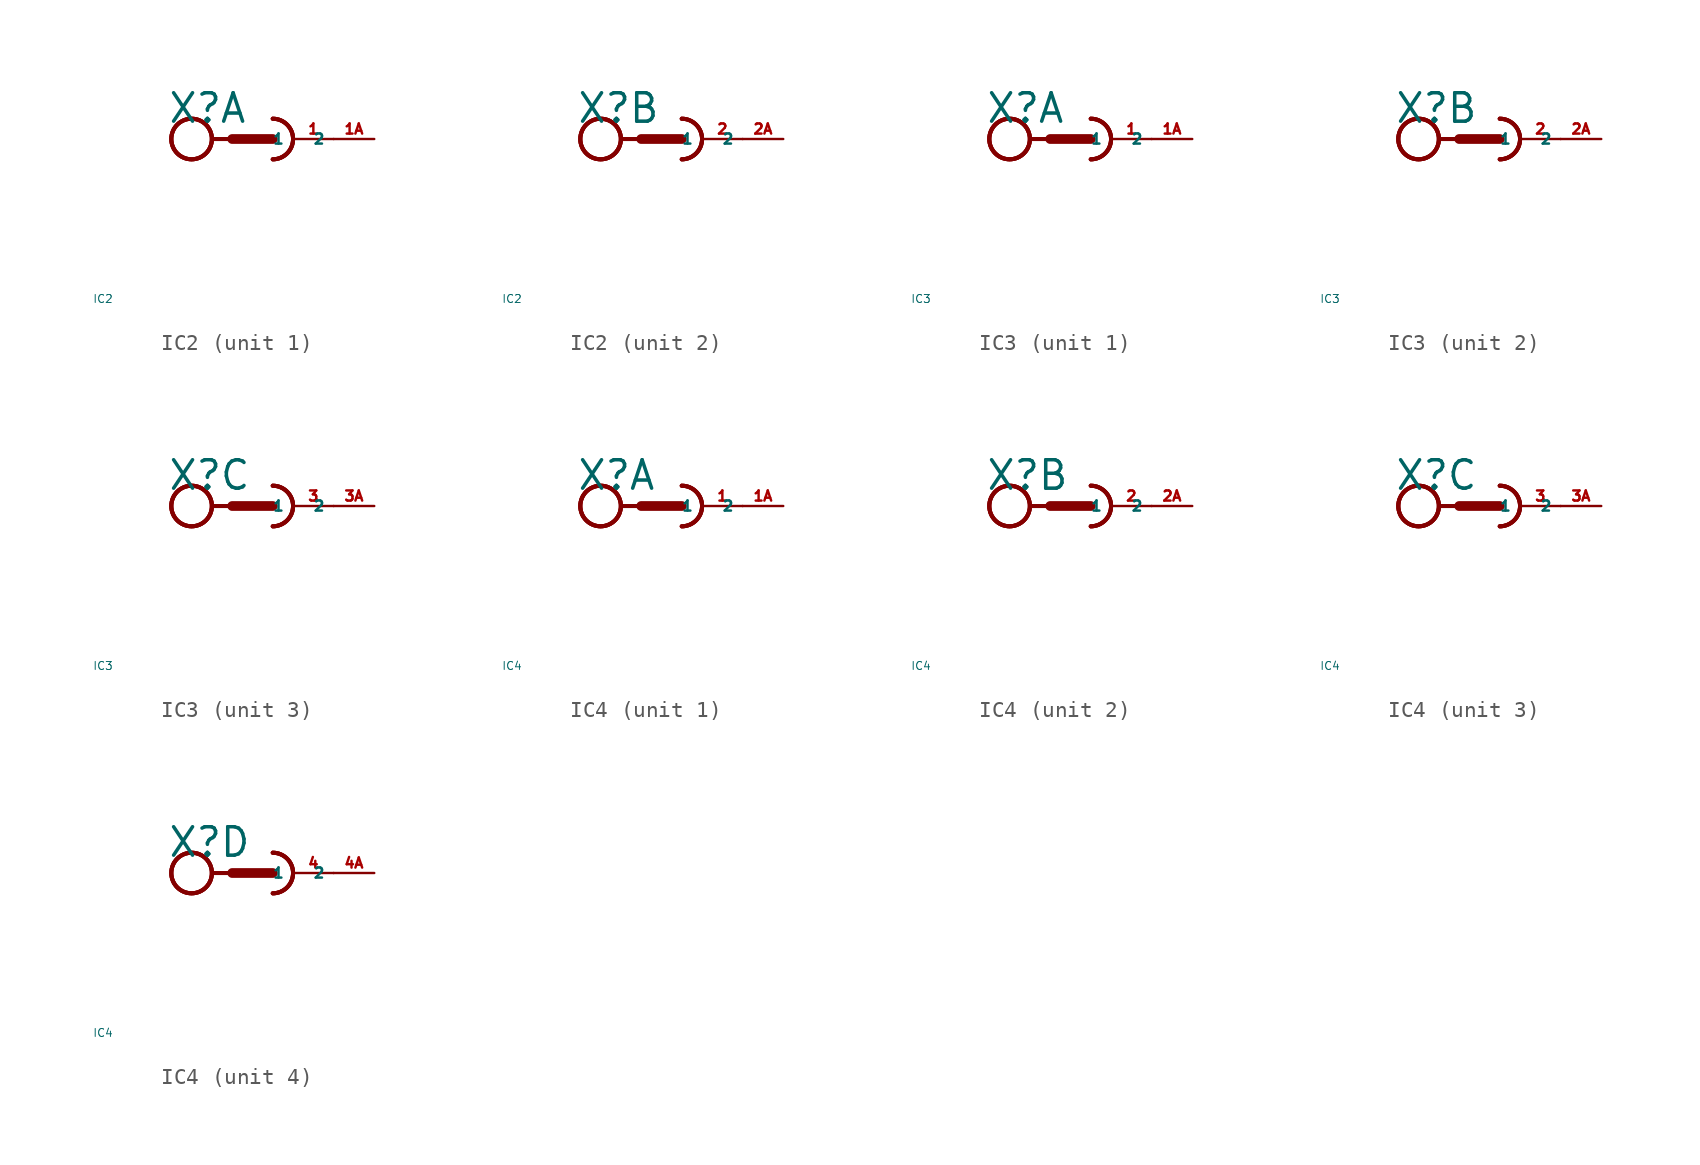
<source format=kicad_sym>
(kicad_symbol_lib
  (version 20220914)
  (generator Eagle2Kicad)
  (symbol "IC2"
    (property "Reference" "X"
      (at -5.334 0.889 0)
      (effects (font (size 1.778 1.778) (thickness 0.22)) (justify left bottom)))
    (property "Value" "IC2"
      (at -10 -10 0)
      (effects (font (size 0.5 0.5) (thickness 0.06)) (justify left)))
    (symbol "IC2_1_0"
      (arc (start 1.27 -1.27) (mid 2.540 0.000) (end 1.27 1.27) (stroke (width 0.254) (type default)) (fill (type none)))
      (arc (start 1.27 -1.27) (mid 2.540 0.000) (end 1.27 1.27) (stroke (width 0.254) (type default)) (fill (type none)))
      (polyline (pts (xy -2.54 0) (xy -1.27 0)) (stroke (width 0.254) (type default)) (fill (type none)))
      (polyline (pts (xy -1.27 0) (xy 1.27 0)) (stroke (width 0.61) (type default)) (fill (type none)))
      (arc (start 1.27 -1.27) (mid 2.540 0.000) (end 1.27 1.27) (stroke (width 0.254) (type default)) (fill (type none)))
      (circle (center -3.81 0) (radius 1.27) (stroke (width 0.254) (type default)) (fill (type none)))
      (circle (center -3.81 0) (radius 1.27) (stroke (width 0.254) (type default)) (fill (type none)))
      (circle (center -3.81 0) (radius 1.27) (stroke (width 0.254) (type default)) (fill (type none)))
      (pin passive line (at 5.08 0 180) (length 2.54) (name "1" (effects (font (size 0.635 0.635) (thickness 0.08)) (justify left bottom))) (number "1" (effects (font (size 0.635 0.635) (thickness 0.08)) (justify left bottom))))
      (pin passive line (at 7.62 0 180) (length 2.54) (name "2" (effects (font (size 0.635 0.635) (thickness 0.08)) (justify left bottom))) (number "1A" (effects (font (size 0.635 0.635) (thickness 0.08)) (justify left bottom)))))
    (symbol "IC2_2_0"
      (arc (start 1.27 -1.27) (mid 2.540 0.000) (end 1.27 1.27) (stroke (width 0.254) (type default)) (fill (type none)))
      (arc (start 1.27 -1.27) (mid 2.540 0.000) (end 1.27 1.27) (stroke (width 0.254) (type default)) (fill (type none)))
      (polyline (pts (xy -2.54 0) (xy -1.27 0)) (stroke (width 0.254) (type default)) (fill (type none)))
      (polyline (pts (xy -1.27 0) (xy 1.27 0)) (stroke (width 0.61) (type default)) (fill (type none)))
      (arc (start 1.27 -1.27) (mid 2.540 0.000) (end 1.27 1.27) (stroke (width 0.254) (type default)) (fill (type none)))
      (circle (center -3.81 0) (radius 1.27) (stroke (width 0.254) (type default)) (fill (type none)))
      (circle (center -3.81 0) (radius 1.27) (stroke (width 0.254) (type default)) (fill (type none)))
      (circle (center -3.81 0) (radius 1.27) (stroke (width 0.254) (type default)) (fill (type none)))
      (pin passive line (at 5.08 0 180) (length 2.54) (name "1" (effects (font (size 0.635 0.635) (thickness 0.08)) (justify left bottom))) (number "2" (effects (font (size 0.635 0.635) (thickness 0.08)) (justify left bottom))))
      (pin passive line (at 7.62 0 180) (length 2.54) (name "2" (effects (font (size 0.635 0.635) (thickness 0.08)) (justify left bottom))) (number "2A" (effects (font (size 0.635 0.635) (thickness 0.08)) (justify left bottom))))))
  (symbol "IC3"
    (property "Reference" "X"
      (at -5.334 0.889 0)
      (effects (font (size 1.778 1.778) (thickness 0.22)) (justify left bottom)))
    (property "Value" "IC3"
      (at -10 -10 0)
      (effects (font (size 0.5 0.5) (thickness 0.06)) (justify left)))
    (symbol "IC3_1_0"
      (arc (start 1.27 -1.27) (mid 2.540 0.000) (end 1.27 1.27) (stroke (width 0.254) (type default)) (fill (type none)))
      (arc (start 1.27 -1.27) (mid 2.540 0.000) (end 1.27 1.27) (stroke (width 0.254) (type default)) (fill (type none)))
      (polyline (pts (xy -2.54 0) (xy -1.27 0)) (stroke (width 0.254) (type default)) (fill (type none)))
      (polyline (pts (xy -1.27 0) (xy 1.27 0)) (stroke (width 0.61) (type default)) (fill (type none)))
      (arc (start 1.27 -1.27) (mid 2.540 0.000) (end 1.27 1.27) (stroke (width 0.254) (type default)) (fill (type none)))
      (circle (center -3.81 0) (radius 1.27) (stroke (width 0.254) (type default)) (fill (type none)))
      (circle (center -3.81 0) (radius 1.27) (stroke (width 0.254) (type default)) (fill (type none)))
      (circle (center -3.81 0) (radius 1.27) (stroke (width 0.254) (type default)) (fill (type none)))
      (pin passive line (at 5.08 0 180) (length 2.54) (name "1" (effects (font (size 0.635 0.635) (thickness 0.08)) (justify left bottom))) (number "1" (effects (font (size 0.635 0.635) (thickness 0.08)) (justify left bottom))))
      (pin passive line (at 7.62 0 180) (length 2.54) (name "2" (effects (font (size 0.635 0.635) (thickness 0.08)) (justify left bottom))) (number "1A" (effects (font (size 0.635 0.635) (thickness 0.08)) (justify left bottom)))))
    (symbol "IC3_2_0"
      (arc (start 1.27 -1.27) (mid 2.540 0.000) (end 1.27 1.27) (stroke (width 0.254) (type default)) (fill (type none)))
      (arc (start 1.27 -1.27) (mid 2.540 0.000) (end 1.27 1.27) (stroke (width 0.254) (type default)) (fill (type none)))
      (polyline (pts (xy -2.54 0) (xy -1.27 0)) (stroke (width 0.254) (type default)) (fill (type none)))
      (polyline (pts (xy -1.27 0) (xy 1.27 0)) (stroke (width 0.61) (type default)) (fill (type none)))
      (arc (start 1.27 -1.27) (mid 2.540 0.000) (end 1.27 1.27) (stroke (width 0.254) (type default)) (fill (type none)))
      (circle (center -3.81 0) (radius 1.27) (stroke (width 0.254) (type default)) (fill (type none)))
      (circle (center -3.81 0) (radius 1.27) (stroke (width 0.254) (type default)) (fill (type none)))
      (circle (center -3.81 0) (radius 1.27) (stroke (width 0.254) (type default)) (fill (type none)))
      (pin passive line (at 5.08 0 180) (length 2.54) (name "1" (effects (font (size 0.635 0.635) (thickness 0.08)) (justify left bottom))) (number "2" (effects (font (size 0.635 0.635) (thickness 0.08)) (justify left bottom))))
      (pin passive line (at 7.62 0 180) (length 2.54) (name "2" (effects (font (size 0.635 0.635) (thickness 0.08)) (justify left bottom))) (number "2A" (effects (font (size 0.635 0.635) (thickness 0.08)) (justify left bottom)))))
    (symbol "IC3_3_0"
      (arc (start 1.27 -1.27) (mid 2.540 0.000) (end 1.27 1.27) (stroke (width 0.254) (type default)) (fill (type none)))
      (arc (start 1.27 -1.27) (mid 2.540 0.000) (end 1.27 1.27) (stroke (width 0.254) (type default)) (fill (type none)))
      (polyline (pts (xy -2.54 0) (xy -1.27 0)) (stroke (width 0.254) (type default)) (fill (type none)))
      (polyline (pts (xy -1.27 0) (xy 1.27 0)) (stroke (width 0.61) (type default)) (fill (type none)))
      (arc (start 1.27 -1.27) (mid 2.540 0.000) (end 1.27 1.27) (stroke (width 0.254) (type default)) (fill (type none)))
      (circle (center -3.81 0) (radius 1.27) (stroke (width 0.254) (type default)) (fill (type none)))
      (circle (center -3.81 0) (radius 1.27) (stroke (width 0.254) (type default)) (fill (type none)))
      (circle (center -3.81 0) (radius 1.27) (stroke (width 0.254) (type default)) (fill (type none)))
      (pin passive line (at 5.08 0 180) (length 2.54) (name "1" (effects (font (size 0.635 0.635) (thickness 0.08)) (justify left bottom))) (number "3" (effects (font (size 0.635 0.635) (thickness 0.08)) (justify left bottom))))
      (pin passive line (at 7.62 0 180) (length 2.54) (name "2" (effects (font (size 0.635 0.635) (thickness 0.08)) (justify left bottom))) (number "3A" (effects (font (size 0.635 0.635) (thickness 0.08)) (justify left bottom))))))
  (symbol "IC4"
    (property "Reference" "X"
      (at -5.334 0.889 0)
      (effects (font (size 1.778 1.778) (thickness 0.22)) (justify left bottom)))
    (property "Value" "IC4"
      (at -10 -10 0)
      (effects (font (size 0.5 0.5) (thickness 0.06)) (justify left)))
    (symbol "IC4_1_0"
      (arc (start 1.27 -1.27) (mid 2.540 0.000) (end 1.27 1.27) (stroke (width 0.254) (type default)) (fill (type none)))
      (arc (start 1.27 -1.27) (mid 2.540 0.000) (end 1.27 1.27) (stroke (width 0.254) (type default)) (fill (type none)))
      (polyline (pts (xy -2.54 0) (xy -1.27 0)) (stroke (width 0.254) (type default)) (fill (type none)))
      (polyline (pts (xy -1.27 0) (xy 1.27 0)) (stroke (width 0.61) (type default)) (fill (type none)))
      (arc (start 1.27 -1.27) (mid 2.540 0.000) (end 1.27 1.27) (stroke (width 0.254) (type default)) (fill (type none)))
      (circle (center -3.81 0) (radius 1.27) (stroke (width 0.254) (type default)) (fill (type none)))
      (circle (center -3.81 0) (radius 1.27) (stroke (width 0.254) (type default)) (fill (type none)))
      (circle (center -3.81 0) (radius 1.27) (stroke (width 0.254) (type default)) (fill (type none)))
      (pin passive line (at 5.08 0 180) (length 2.54) (name "1" (effects (font (size 0.635 0.635) (thickness 0.08)) (justify left bottom))) (number "1" (effects (font (size 0.635 0.635) (thickness 0.08)) (justify left bottom))))
      (pin passive line (at 7.62 0 180) (length 2.54) (name "2" (effects (font (size 0.635 0.635) (thickness 0.08)) (justify left bottom))) (number "1A" (effects (font (size 0.635 0.635) (thickness 0.08)) (justify left bottom)))))
    (symbol "IC4_2_0"
      (arc (start 1.27 -1.27) (mid 2.540 0.000) (end 1.27 1.27) (stroke (width 0.254) (type default)) (fill (type none)))
      (arc (start 1.27 -1.27) (mid 2.540 0.000) (end 1.27 1.27) (stroke (width 0.254) (type default)) (fill (type none)))
      (polyline (pts (xy -2.54 0) (xy -1.27 0)) (stroke (width 0.254) (type default)) (fill (type none)))
      (polyline (pts (xy -1.27 0) (xy 1.27 0)) (stroke (width 0.61) (type default)) (fill (type none)))
      (arc (start 1.27 -1.27) (mid 2.540 0.000) (end 1.27 1.27) (stroke (width 0.254) (type default)) (fill (type none)))
      (circle (center -3.81 0) (radius 1.27) (stroke (width 0.254) (type default)) (fill (type none)))
      (circle (center -3.81 0) (radius 1.27) (stroke (width 0.254) (type default)) (fill (type none)))
      (circle (center -3.81 0) (radius 1.27) (stroke (width 0.254) (type default)) (fill (type none)))
      (pin passive line (at 5.08 0 180) (length 2.54) (name "1" (effects (font (size 0.635 0.635) (thickness 0.08)) (justify left bottom))) (number "2" (effects (font (size 0.635 0.635) (thickness 0.08)) (justify left bottom))))
      (pin passive line (at 7.62 0 180) (length 2.54) (name "2" (effects (font (size 0.635 0.635) (thickness 0.08)) (justify left bottom))) (number "2A" (effects (font (size 0.635 0.635) (thickness 0.08)) (justify left bottom)))))
    (symbol "IC4_3_0"
      (arc (start 1.27 -1.27) (mid 2.540 0.000) (end 1.27 1.27) (stroke (width 0.254) (type default)) (fill (type none)))
      (arc (start 1.27 -1.27) (mid 2.540 0.000) (end 1.27 1.27) (stroke (width 0.254) (type default)) (fill (type none)))
      (polyline (pts (xy -2.54 0) (xy -1.27 0)) (stroke (width 0.254) (type default)) (fill (type none)))
      (polyline (pts (xy -1.27 0) (xy 1.27 0)) (stroke (width 0.61) (type default)) (fill (type none)))
      (arc (start 1.27 -1.27) (mid 2.540 0.000) (end 1.27 1.27) (stroke (width 0.254) (type default)) (fill (type none)))
      (circle (center -3.81 0) (radius 1.27) (stroke (width 0.254) (type default)) (fill (type none)))
      (circle (center -3.81 0) (radius 1.27) (stroke (width 0.254) (type default)) (fill (type none)))
      (circle (center -3.81 0) (radius 1.27) (stroke (width 0.254) (type default)) (fill (type none)))
      (pin passive line (at 5.08 0 180) (length 2.54) (name "1" (effects (font (size 0.635 0.635) (thickness 0.08)) (justify left bottom))) (number "3" (effects (font (size 0.635 0.635) (thickness 0.08)) (justify left bottom))))
      (pin passive line (at 7.62 0 180) (length 2.54) (name "2" (effects (font (size 0.635 0.635) (thickness 0.08)) (justify left bottom))) (number "3A" (effects (font (size 0.635 0.635) (thickness 0.08)) (justify left bottom)))))
    (symbol "IC4_4_0"
      (arc (start 1.27 -1.27) (mid 2.540 0.000) (end 1.27 1.27) (stroke (width 0.254) (type default)) (fill (type none)))
      (arc (start 1.27 -1.27) (mid 2.540 0.000) (end 1.27 1.27) (stroke (width 0.254) (type default)) (fill (type none)))
      (polyline (pts (xy -2.54 0) (xy -1.27 0)) (stroke (width 0.254) (type default)) (fill (type none)))
      (polyline (pts (xy -1.27 0) (xy 1.27 0)) (stroke (width 0.61) (type default)) (fill (type none)))
      (arc (start 1.27 -1.27) (mid 2.540 0.000) (end 1.27 1.27) (stroke (width 0.254) (type default)) (fill (type none)))
      (circle (center -3.81 0) (radius 1.27) (stroke (width 0.254) (type default)) (fill (type none)))
      (circle (center -3.81 0) (radius 1.27) (stroke (width 0.254) (type default)) (fill (type none)))
      (circle (center -3.81 0) (radius 1.27) (stroke (width 0.254) (type default)) (fill (type none)))
      (pin passive line (at 5.08 0 180) (length 2.54) (name "1" (effects (font (size 0.635 0.635) (thickness 0.08)) (justify left bottom))) (number "4" (effects (font (size 0.635 0.635) (thickness 0.08)) (justify left bottom))))
      (pin passive line (at 7.62 0 180) (length 2.54) (name "2" (effects (font (size 0.635 0.635) (thickness 0.08)) (justify left bottom))) (number "4A" (effects (font (size 0.635 0.635) (thickness 0.08)) (justify left bottom)))))))
</source>
